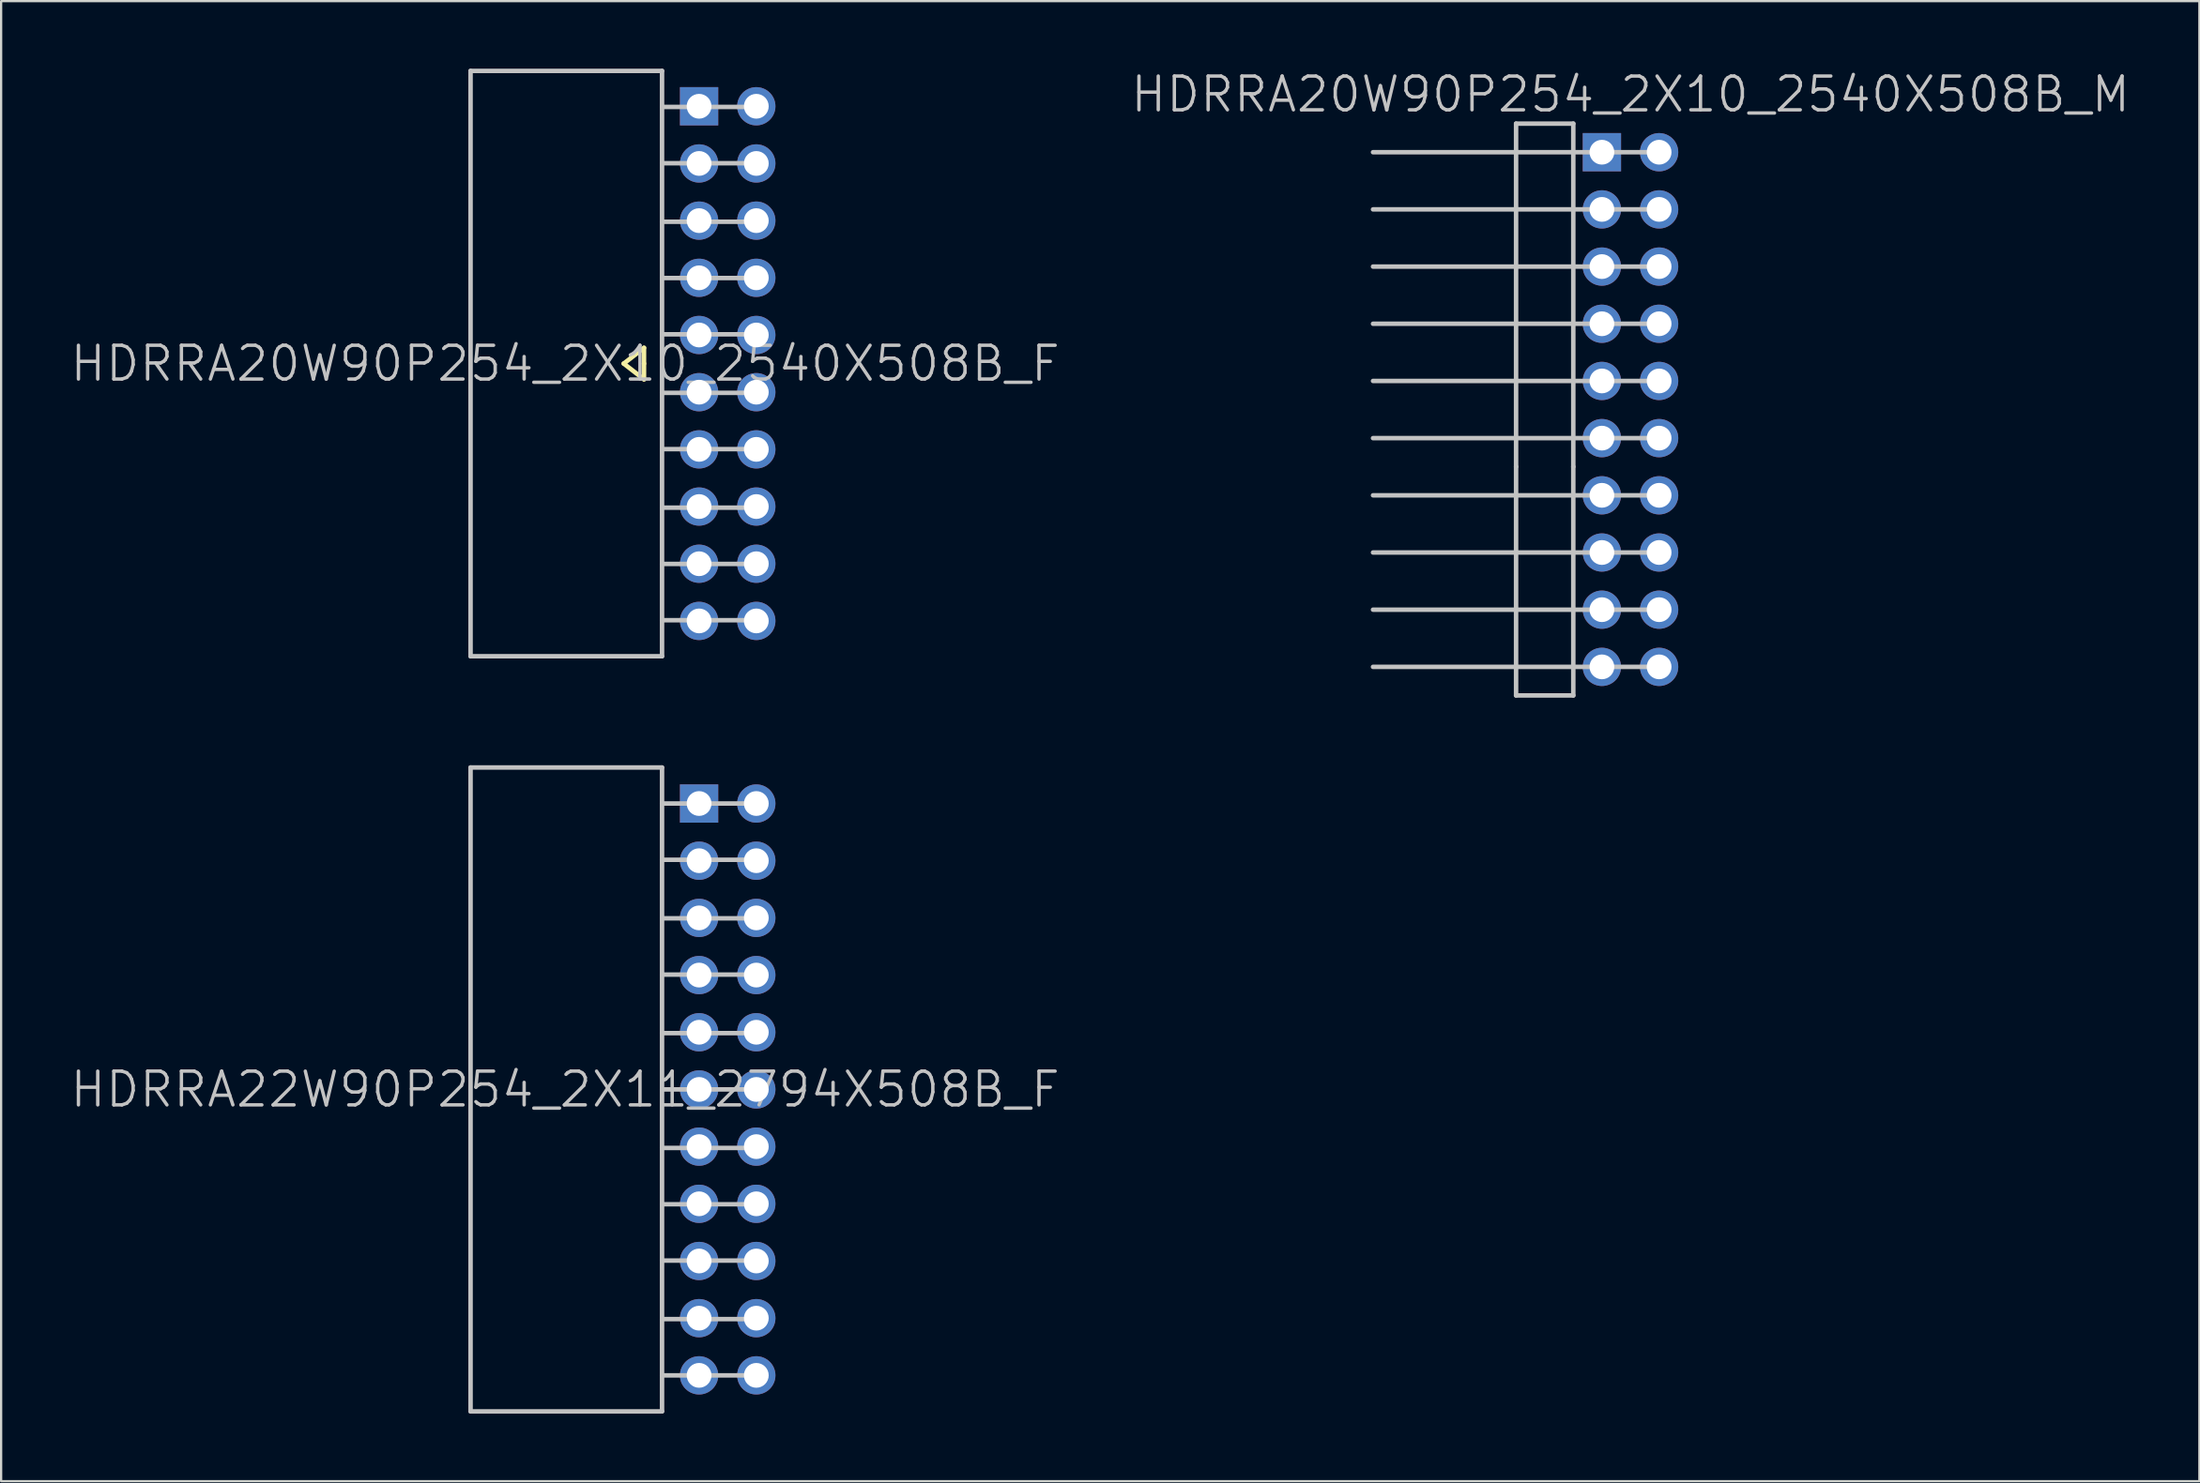
<source format=kicad_pcb>
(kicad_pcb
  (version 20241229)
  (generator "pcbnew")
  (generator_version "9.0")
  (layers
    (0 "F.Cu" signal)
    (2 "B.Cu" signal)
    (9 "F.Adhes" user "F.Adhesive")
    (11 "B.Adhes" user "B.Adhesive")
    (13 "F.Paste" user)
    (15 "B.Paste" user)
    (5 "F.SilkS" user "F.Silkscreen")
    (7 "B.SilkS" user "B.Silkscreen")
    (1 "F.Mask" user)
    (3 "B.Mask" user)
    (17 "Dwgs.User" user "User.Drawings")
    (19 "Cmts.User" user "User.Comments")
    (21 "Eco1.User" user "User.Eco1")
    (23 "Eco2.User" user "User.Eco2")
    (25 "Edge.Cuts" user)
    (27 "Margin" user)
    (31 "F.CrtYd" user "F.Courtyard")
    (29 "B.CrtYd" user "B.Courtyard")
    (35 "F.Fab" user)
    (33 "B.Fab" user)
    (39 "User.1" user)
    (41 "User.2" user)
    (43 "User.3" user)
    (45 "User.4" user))
  (footprint "HDRRA22W90P254_2X11_2794X508B_F"
    (layer "F.Cu")
    (at 24.339 45.341)
    (property "Reference" "HDRRA22W90P254_2X11_2794X508B_F" (at -2.3 0 180) (layer "Dwgs.User") (effects (font (size 1.5 1.5) (thickness 0.15))))
    (attr through_hole)
    (fp_line (start -6.5 -14.3) (end -6.5 14.3) (stroke (width 0.2) (type solid)) (layer "Dwgs.User"))
    (fp_line (start 2 -14.3) (end -6.5 -14.3) (stroke (width 0.2) (type solid)) (layer "Dwgs.User"))
    (fp_line (start 2 -14.3) (end 2 14.3) (stroke (width 0.2) (type solid)) (layer "Dwgs.User"))
    (fp_line (start 2 14.3) (end -6.5 14.3) (stroke (width 0.2) (type solid)) (layer "Dwgs.User"))
    (fp_line (start 6.2 -12.7) (end 2 -12.7) (stroke (width 0.2) (type solid)) (layer "Dwgs.User"))
    (fp_line (start 6.2 -10.2) (end 2 -10.2) (stroke (width 0.2) (type solid)) (layer "Dwgs.User"))
    (fp_line (start 6.2 -7.6) (end 2 -7.6) (stroke (width 0.2) (type solid)) (layer "Dwgs.User"))
    (fp_line (start 6.2 -5.1) (end 2 -5.1) (stroke (width 0.2) (type solid)) (layer "Dwgs.User"))
    (fp_line (start 6.2 -2.5) (end 2 -2.5) (stroke (width 0.2) (type solid)) (layer "Dwgs.User"))
    (fp_line (start 6.2 0) (end 2 0) (stroke (width 0.2) (type solid)) (layer "Dwgs.User"))
    (fp_line (start 6.2 2.6) (end 2 2.6) (stroke (width 0.2) (type solid)) (layer "Dwgs.User"))
    (fp_line (start 6.2 5.1) (end 2 5.1) (stroke (width 0.2) (type solid)) (layer "Dwgs.User"))
    (fp_line (start 6.2 7.6) (end 2 7.6) (stroke (width 0.2) (type solid)) (layer "Dwgs.User"))
    (fp_line (start 6.2 10.2) (end 2 10.2) (stroke (width 0.2) (type solid)) (layer "Dwgs.User"))
    (fp_line (start 6.2 12.7) (end 2 12.7) (stroke (width 0.2) (type solid)) (layer "Dwgs.User"))
    (pad "1" thru_hole rect (at 3.645 -12.7) (size 1.7 1.7) (drill 1.1) (layers "*.Cu" "*.Mask"))
    (pad "2" thru_hole circle (at 6.185 -12.7 270) (size 1.7 1.7) (drill 1.1) (layers "*.Cu" "*.Mask"))
    (pad "3" thru_hole circle (at 3.645 -10.16 270) (size 1.7 1.7) (drill 1.1) (layers "*.Cu" "*.Mask"))
    (pad "4" thru_hole circle (at 6.185 -10.16 270) (size 1.7 1.7) (drill 1.1) (layers "*.Cu" "*.Mask"))
    (pad "5" thru_hole circle (at 3.645 -7.62 270) (size 1.7 1.7) (drill 1.1) (layers "*.Cu" "*.Mask"))
    (pad "6" thru_hole circle (at 6.185 -7.62 270) (size 1.7 1.7) (drill 1.1) (layers "*.Cu" "*.Mask"))
    (pad "7" thru_hole circle (at 3.645 -5.08 270) (size 1.7 1.7) (drill 1.1) (layers "*.Cu" "*.Mask"))
    (pad "8" thru_hole circle (at 6.185 -5.08 270) (size 1.7 1.7) (drill 1.1) (layers "*.Cu" "*.Mask"))
    (pad "9" thru_hole circle (at 3.645 -2.54 270) (size 1.7 1.7) (drill 1.1) (layers "*.Cu" "*.Mask"))
    (pad "10" thru_hole circle (at 6.185 -2.54 270) (size 1.7 1.7) (drill 1.1) (layers "*.Cu" "*.Mask"))
    (pad "11" thru_hole circle (at 3.645 0 270) (size 1.7 1.7) (drill 1.1) (layers "*.Cu" "*.Mask"))
    (pad "12" thru_hole circle (at 6.185 0 270) (size 1.7 1.7) (drill 1.1) (layers "*.Cu" "*.Mask"))
    (pad "13" thru_hole circle (at 3.645 2.54 270) (size 1.7 1.7) (drill 1.1) (layers "*.Cu" "*.Mask"))
    (pad "14" thru_hole circle (at 6.185 2.54 270) (size 1.7 1.7) (drill 1.1) (layers "*.Cu" "*.Mask"))
    (pad "15" thru_hole circle (at 3.645 5.08 270) (size 1.7 1.7) (drill 1.1) (layers "*.Cu" "*.Mask"))
    (pad "16" thru_hole circle (at 6.185 5.08 270) (size 1.7 1.7) (drill 1.1) (layers "*.Cu" "*.Mask"))
    (pad "17" thru_hole circle (at 3.645 7.62 270) (size 1.7 1.7) (drill 1.1) (layers "*.Cu" "*.Mask"))
    (pad "18" thru_hole circle (at 6.185 7.62 270) (size 1.7 1.7) (drill 1.1) (layers "*.Cu" "*.Mask"))
    (pad "19" thru_hole circle (at 3.645 10.16 270) (size 1.7 1.7) (drill 1.1) (layers "*.Cu" "*.Mask"))
    (pad "20" thru_hole circle (at 6.185 10.16 270) (size 1.7 1.7) (drill 1.1) (layers "*.Cu" "*.Mask"))
    (pad "21" thru_hole circle (at 3.645 12.7 270) (size 1.7 1.7) (drill 1.1) (layers "*.Cu" "*.Mask"))
    (pad "22" thru_hole circle (at 6.185 12.7 270) (size 1.7 1.7) (drill 1.1) (layers "*.Cu" "*.Mask")))
  (footprint "HDRRA20W90P254_2X10_2540X508B_F"
    (layer "F.Cu")
    (at 24.339 13.1)
    (property "Reference" "HDRRA20W90P254_2X10_2540X508B_F" (at -2.3 0 180) (layer "Dwgs.User") (effects (font (size 1.5 1.5) (thickness 0.15))))
    (attr through_hole)
    (fp_line (start 0.3 0) (end 1.2 0.7) (stroke (width 0.2) (type solid)) (layer "F.SilkS"))
    (fp_line (start 1.2 -0.7) (end 0.3 0) (stroke (width 0.2) (type solid)) (layer "F.SilkS"))
    (fp_line (start 1.2 0) (end 1.2 -0.7) (stroke (width 0.2) (type solid)) (layer "F.SilkS"))
    (fp_line (start 1.2 0.7) (end 1.2 0) (stroke (width 0.2) (type solid)) (layer "F.SilkS"))
    (fp_line (start -6.5 -13) (end -6.5 13) (stroke (width 0.2) (type solid)) (layer "Dwgs.User"))
    (fp_line (start 2 -13) (end -6.5 -13) (stroke (width 0.2) (type solid)) (layer "Dwgs.User"))
    (fp_line (start 2 -13) (end 2 13) (stroke (width 0.2) (type solid)) (layer "Dwgs.User"))
    (fp_line (start 2 13) (end -6.5 13) (stroke (width 0.2) (type solid)) (layer "Dwgs.User"))
    (fp_line (start 6.2 -11.4) (end 2 -11.4) (stroke (width 0.2) (type solid)) (layer "Dwgs.User"))
    (fp_line (start 6.2 -8.9) (end 2 -8.9) (stroke (width 0.2) (type solid)) (layer "Dwgs.User"))
    (fp_line (start 6.2 -6.3) (end 2 -6.3) (stroke (width 0.2) (type solid)) (layer "Dwgs.User"))
    (fp_line (start 6.2 -3.8) (end 2 -3.8) (stroke (width 0.2) (type solid)) (layer "Dwgs.User"))
    (fp_line (start 6.2 -1.3) (end 2 -1.3) (stroke (width 0.2) (type solid)) (layer "Dwgs.User"))
    (fp_line (start 6.2 1.3) (end 2 1.3) (stroke (width 0.2) (type solid)) (layer "Dwgs.User"))
    (fp_line (start 6.2 3.8) (end 2 3.8) (stroke (width 0.2) (type solid)) (layer "Dwgs.User"))
    (fp_line (start 6.2 6.4) (end 2 6.4) (stroke (width 0.2) (type solid)) (layer "Dwgs.User"))
    (fp_line (start 6.2 8.9) (end 2 8.9) (stroke (width 0.2) (type solid)) (layer "Dwgs.User"))
    (fp_line (start 6.2 11.4) (end 2 11.4) (stroke (width 0.2) (type solid)) (layer "Dwgs.User"))
    (pad "1" thru_hole rect (at 3.645 -11.43) (size 1.7 1.7) (drill 1.1) (layers "*.Cu" "*.Mask"))
    (pad "2" thru_hole circle (at 6.185 -11.43 270) (size 1.7 1.7) (drill 1.1) (layers "*.Cu" "*.Mask"))
    (pad "3" thru_hole circle (at 3.645 -8.89 270) (size 1.7 1.7) (drill 1.1) (layers "*.Cu" "*.Mask"))
    (pad "4" thru_hole circle (at 6.185 -8.89 270) (size 1.7 1.7) (drill 1.1) (layers "*.Cu" "*.Mask"))
    (pad "5" thru_hole circle (at 3.645 -6.35 270) (size 1.7 1.7) (drill 1.1) (layers "*.Cu" "*.Mask"))
    (pad "6" thru_hole circle (at 6.185 -6.35 270) (size 1.7 1.7) (drill 1.1) (layers "*.Cu" "*.Mask"))
    (pad "7" thru_hole circle (at 3.645 -3.81 270) (size 1.7 1.7) (drill 1.1) (layers "*.Cu" "*.Mask"))
    (pad "8" thru_hole circle (at 6.185 -3.81 270) (size 1.7 1.7) (drill 1.1) (layers "*.Cu" "*.Mask"))
    (pad "9" thru_hole circle (at 3.645 -1.27 270) (size 1.7 1.7) (drill 1.1) (layers "*.Cu" "*.Mask"))
    (pad "10" thru_hole circle (at 6.185 -1.27 270) (size 1.7 1.7) (drill 1.1) (layers "*.Cu" "*.Mask"))
    (pad "11" thru_hole circle (at 3.645 1.27 270) (size 1.7 1.7) (drill 1.1) (layers "*.Cu" "*.Mask"))
    (pad "12" thru_hole circle (at 6.185 1.27 270) (size 1.7 1.7) (drill 1.1) (layers "*.Cu" "*.Mask"))
    (pad "13" thru_hole circle (at 3.645 3.81 270) (size 1.7 1.7) (drill 1.1) (layers "*.Cu" "*.Mask"))
    (pad "14" thru_hole circle (at 6.185 3.81 270) (size 1.7 1.7) (drill 1.1) (layers "*.Cu" "*.Mask"))
    (pad "15" thru_hole circle (at 3.645 6.35 270) (size 1.7 1.7) (drill 1.1) (layers "*.Cu" "*.Mask"))
    (pad "16" thru_hole circle (at 6.185 6.35 270) (size 1.7 1.7) (drill 1.1) (layers "*.Cu" "*.Mask"))
    (pad "17" thru_hole circle (at 3.645 8.89 270) (size 1.7 1.7) (drill 1.1) (layers "*.Cu" "*.Mask"))
    (pad "18" thru_hole circle (at 6.185 8.89 270) (size 1.7 1.7) (drill 1.1) (layers "*.Cu" "*.Mask"))
    (pad "19" thru_hole circle (at 3.645 11.43 270) (size 1.7 1.7) (drill 1.1) (layers "*.Cu" "*.Mask"))
    (pad "20" thru_hole circle (at 6.185 11.43 270) (size 1.7 1.7) (drill 1.1) (layers "*.Cu" "*.Mask")))
  (footprint "HDRRA20W90P254_2X10_2540X508B_M"
    (layer "F.Cu")
    (at 69.332 15.141)
    (property "Reference" "HDRRA20W90P254_2X10_2540X508B_M" (at 0 -14 180) (layer "Dwgs.User") (effects (font (size 1.5 1.5) (thickness 0.15))))
    (attr through_hole)
    (fp_line (start -11.43 -6.35) (end 1.27 -6.35) (stroke (width 0.2) (type solid)) (layer "Dwgs.User"))
    (fp_line (start -5.08 -12.7) (end -2.54 -12.7) (stroke (width 0.2) (type solid)) (layer "Dwgs.User"))
    (fp_line (start -5.08 2.54) (end -5.08 -12.7) (stroke (width 0.2) (type solid)) (layer "Dwgs.User"))
    (fp_line (start -5.08 12.7) (end -5.08 2.54) (stroke (width 0.2) (type solid)) (layer "Dwgs.User"))
    (fp_line (start -2.54 -12.7) (end -2.54 2.54) (stroke (width 0.2) (type solid)) (layer "Dwgs.User"))
    (fp_line (start -2.54 2.54) (end -2.54 12.7) (stroke (width 0.2) (type solid)) (layer "Dwgs.User"))
    (fp_line (start -2.54 12.7) (end -5.08 12.7) (stroke (width 0.2) (type solid)) (layer "Dwgs.User"))
    (fp_line (start 1.27 -11.43) (end -11.43 -11.43) (stroke (width 0.2) (type solid)) (layer "Dwgs.User"))
    (fp_line (start 1.27 -8.89) (end -11.43 -8.89) (stroke (width 0.2) (type solid)) (layer "Dwgs.User"))
    (fp_line (start 1.27 -3.81) (end -11.43 -3.81) (stroke (width 0.2) (type solid)) (layer "Dwgs.User"))
    (fp_line (start 1.27 -1.27) (end -11.43 -1.27) (stroke (width 0.2) (type solid)) (layer "Dwgs.User"))
    (fp_line (start 1.27 1.27) (end -11.43 1.27) (stroke (width 0.2) (type solid)) (layer "Dwgs.User"))
    (fp_line (start 1.27 3.81) (end -11.43 3.81) (stroke (width 0.2) (type solid)) (layer "Dwgs.User"))
    (fp_line (start 1.27 6.35) (end -11.43 6.35) (stroke (width 0.2) (type solid)) (layer "Dwgs.User"))
    (fp_line (start 1.27 8.89) (end -11.43 8.89) (stroke (width 0.2) (type solid)) (layer "Dwgs.User"))
    (fp_line (start 1.27 11.43) (end -11.43 11.43) (stroke (width 0.2) (type solid)) (layer "Dwgs.User"))
    (pad "1" thru_hole rect (at -1.27 -11.43) (size 1.7 1.7) (drill 1.1) (layers "*.Cu" "*.Mask"))
    (pad "2" thru_hole circle (at 1.27 -11.43 270) (size 1.7 1.7) (drill 1.1) (layers "*.Cu" "*.Mask"))
    (pad "3" thru_hole circle (at -1.27 -8.89 270) (size 1.7 1.7) (drill 1.1) (layers "*.Cu" "*.Mask"))
    (pad "4" thru_hole circle (at 1.27 -8.89 270) (size 1.7 1.7) (drill 1.1) (layers "*.Cu" "*.Mask"))
    (pad "5" thru_hole circle (at -1.27 -6.35 270) (size 1.7 1.7) (drill 1.1) (layers "*.Cu" "*.Mask"))
    (pad "6" thru_hole circle (at 1.27 -6.35 270) (size 1.7 1.7) (drill 1.1) (layers "*.Cu" "*.Mask"))
    (pad "7" thru_hole circle (at -1.27 -3.81 270) (size 1.7 1.7) (drill 1.1) (layers "*.Cu" "*.Mask"))
    (pad "8" thru_hole circle (at 1.27 -3.81 270) (size 1.7 1.7) (drill 1.1) (layers "*.Cu" "*.Mask"))
    (pad "9" thru_hole circle (at -1.27 -1.27 270) (size 1.7 1.7) (drill 1.1) (layers "*.Cu" "*.Mask"))
    (pad "10" thru_hole circle (at 1.27 -1.27 270) (size 1.7 1.7) (drill 1.1) (layers "*.Cu" "*.Mask"))
    (pad "11" thru_hole circle (at -1.27 1.27 270) (size 1.7 1.7) (drill 1.1) (layers "*.Cu" "*.Mask"))
    (pad "12" thru_hole circle (at 1.27 1.27 270) (size 1.7 1.7) (drill 1.1) (layers "*.Cu" "*.Mask"))
    (pad "13" thru_hole circle (at -1.27 3.81 270) (size 1.7 1.7) (drill 1.1) (layers "*.Cu" "*.Mask"))
    (pad "14" thru_hole circle (at 1.27 3.81 270) (size 1.7 1.7) (drill 1.1) (layers "*.Cu" "*.Mask"))
    (pad "15" thru_hole circle (at -1.27 6.35 270) (size 1.7 1.7) (drill 1.1) (layers "*.Cu" "*.Mask"))
    (pad "16" thru_hole circle (at 1.27 6.35 270) (size 1.7 1.7) (drill 1.1) (layers "*.Cu" "*.Mask"))
    (pad "17" thru_hole circle (at -1.27 8.89 270) (size 1.7 1.7) (drill 1.1) (layers "*.Cu" "*.Mask"))
    (pad "18" thru_hole circle (at 1.27 8.89 270) (size 1.7 1.7) (drill 1.1) (layers "*.Cu" "*.Mask"))
    (pad "19" thru_hole circle (at -1.27 11.43 270) (size 1.7 1.7) (drill 1.1) (layers "*.Cu" "*.Mask"))
    (pad "20" thru_hole circle (at 1.27 11.43 270) (size 1.7 1.7) (drill 1.1) (layers "*.Cu" "*.Mask")))
  (gr_rect
    (start -3 -3)
    (end 94.586 62.741)
    (stroke (width 0.1) (type default))
    (fill no)
    (layer "Edge.Cuts")))
</source>
